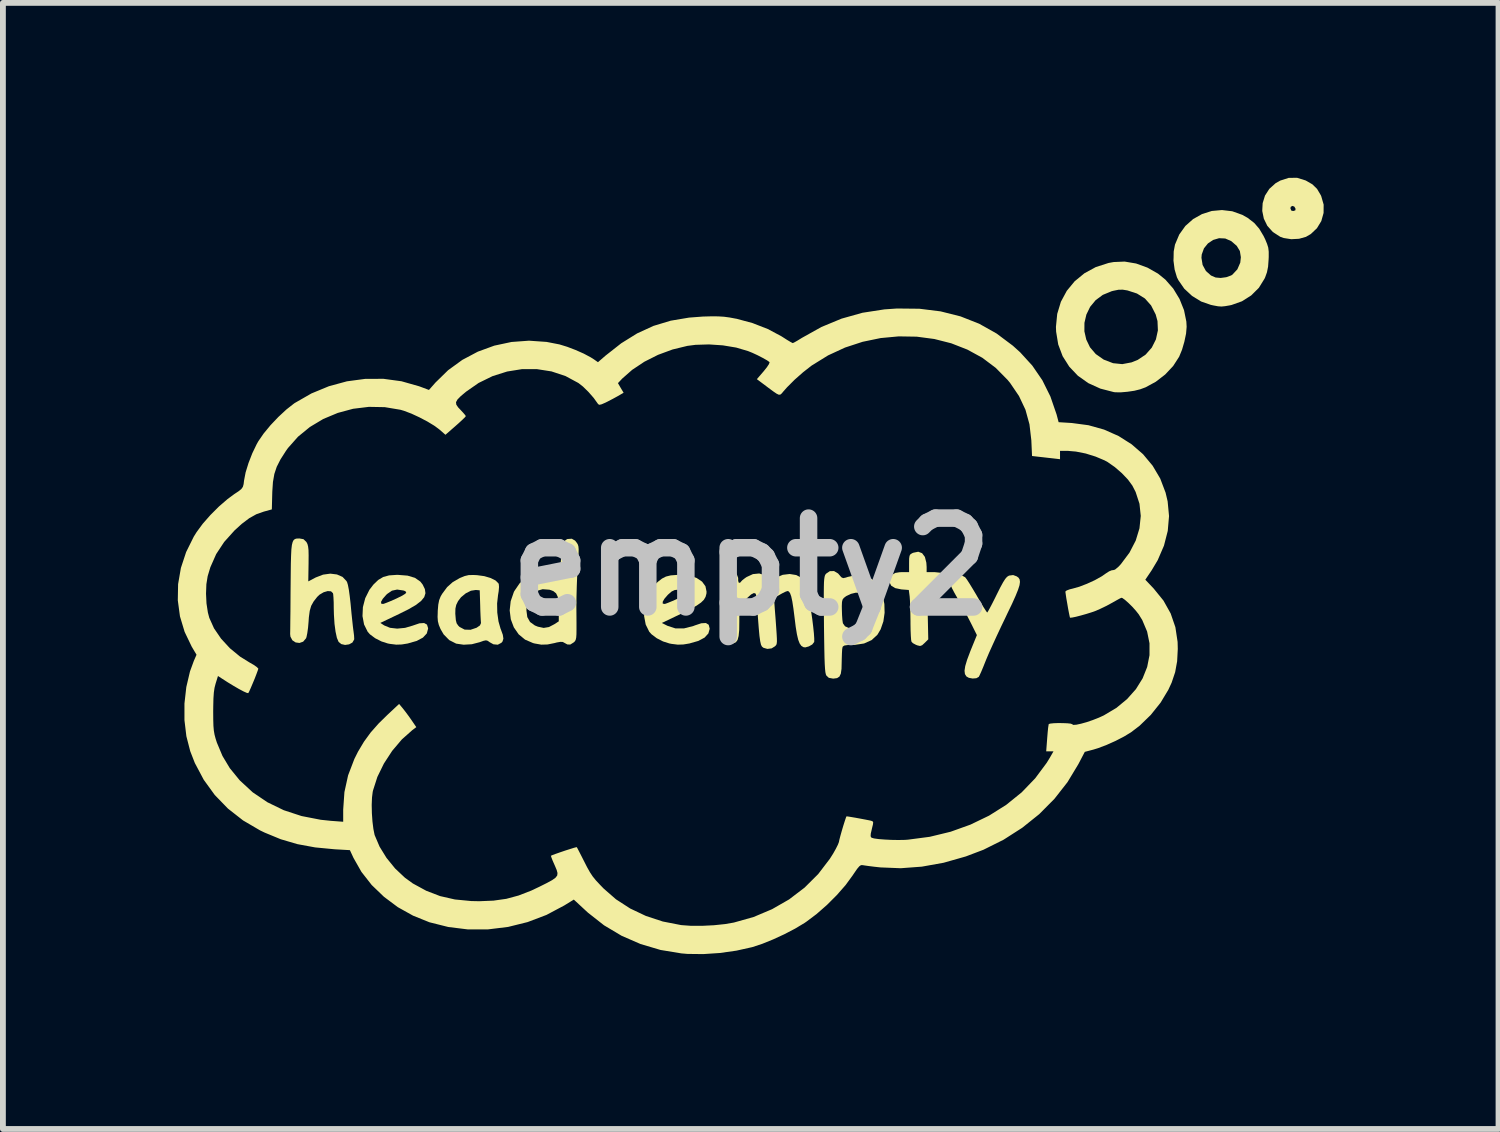
<source format=kicad_pcb>
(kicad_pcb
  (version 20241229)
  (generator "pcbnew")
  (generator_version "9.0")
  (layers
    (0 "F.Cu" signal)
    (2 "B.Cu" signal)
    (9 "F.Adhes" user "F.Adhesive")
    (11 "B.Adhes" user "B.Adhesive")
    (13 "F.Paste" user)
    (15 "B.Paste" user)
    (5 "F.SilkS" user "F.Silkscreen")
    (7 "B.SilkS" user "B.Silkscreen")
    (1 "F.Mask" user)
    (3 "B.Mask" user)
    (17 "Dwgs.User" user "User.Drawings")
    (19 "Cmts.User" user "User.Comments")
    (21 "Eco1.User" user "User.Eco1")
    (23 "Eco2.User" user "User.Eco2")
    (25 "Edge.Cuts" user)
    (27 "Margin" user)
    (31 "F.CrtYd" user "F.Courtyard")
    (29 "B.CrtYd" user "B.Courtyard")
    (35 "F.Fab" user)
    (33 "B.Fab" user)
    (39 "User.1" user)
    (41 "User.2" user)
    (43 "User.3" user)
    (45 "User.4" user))
  (footprint "empty2"
    (layer "F.Cu")
    (at 9.84 6.672)
    (property "Reference" "empty2" (at 0 0 0) (layer "Dwgs.User") (effects (font (size 1.524 1.524) (thickness 0.3))))
    (attr board_only exclude_from_pos_files exclude_from_bom)
    (fp_poly (pts (xy 9.505 -6.627) (xy 9.511 -6.624) (xy 9.622 -6.56) (xy 9.702 -6.482) (xy 9.766 -6.374) (xy 9.774 -6.356) (xy 9.815 -6.213) (xy 9.814 -6.069) (xy 9.775 -5.93) (xy 9.7 -5.807) (xy 9.594 -5.707) (xy 9.511 -5.659) (xy 9.393 -5.626) (xy 9.259 -5.619) (xy 9.131 -5.639) (xy 9.071 -5.66) (xy 8.944 -5.742) (xy 8.849 -5.848) (xy 8.789 -5.971) (xy 8.762 -6.103) (xy 8.764 -6.149) (xy 9.245 -6.149) (xy 9.26 -6.11) (xy 9.293 -6.102) (xy 9.33 -6.114) (xy 9.333 -6.142) (xy 9.311 -6.179) (xy 9.278 -6.19) (xy 9.251 -6.174) (xy 9.245 -6.149) (xy 8.764 -6.149) (xy 8.769 -6.237) (xy 8.809 -6.367) (xy 8.884 -6.483) (xy 8.992 -6.58) (xy 9.07 -6.624) (xy 9.216 -6.671) (xy 9.36 -6.672)) (stroke (width 0) (type solid)) (fill yes) (layer "F.SilkS"))
    (fp_poly (pts (xy 2.927 -0.233) (xy 2.975 -0.169) (xy 3 -0.07) (xy 3.005 0.003) (xy 3.005 0.092) (xy 3.143 0.092) (xy 3.257 0.104) (xy 3.332 0.14) (xy 3.37 0.201) (xy 3.374 0.243) (xy 3.355 0.317) (xy 3.298 0.367) (xy 3.203 0.39) (xy 3.148 0.393) (xy 3.014 0.393) (xy 3.024 0.819) (xy 3.033 1.245) (xy 2.974 1.304) (xy 2.928 1.346) (xy 2.892 1.359) (xy 2.845 1.348) (xy 2.82 1.338) (xy 2.77 1.311) (xy 2.746 1.287) (xy 2.739 1.255) (xy 2.734 1.186) (xy 2.73 1.089) (xy 2.728 0.973) (xy 2.728 0.933) (xy 2.726 0.805) (xy 2.723 0.684) (xy 2.719 0.582) (xy 2.714 0.512) (xy 2.713 0.503) (xy 2.699 0.398) (xy 2.57 0.388) (xy 2.465 0.366) (xy 2.397 0.324) (xy 2.368 0.265) (xy 2.38 0.195) (xy 2.422 0.133) (xy 2.465 0.106) (xy 2.538 0.094) (xy 2.581 0.092) (xy 2.704 0.092) (xy 2.704 -0.059) (xy 2.705 -0.141) (xy 2.712 -0.189) (xy 2.729 -0.216) (xy 2.762 -0.235) (xy 2.778 -0.241) (xy 2.861 -0.258)) (stroke (width 0) (type solid)) (fill yes) (layer "F.SilkS"))
    (fp_poly (pts (xy 8.248 -6.098) (xy 8.421 -6.036) (xy 8.514 -5.983) (xy 8.624 -5.898) (xy 8.71 -5.799) (xy 8.785 -5.673) (xy 8.812 -5.618) (xy 8.845 -5.538) (xy 8.865 -5.473) (xy 8.873 -5.404) (xy 8.873 -5.314) (xy 8.871 -5.271) (xy 8.862 -5.148) (xy 8.843 -5.052) (xy 8.811 -4.963) (xy 8.801 -4.942) (xy 8.704 -4.785) (xy 8.572 -4.654) (xy 8.414 -4.554) (xy 8.237 -4.491) (xy 8.205 -4.484) (xy 8.124 -4.47) (xy 8.063 -4.464) (xy 8.004 -4.468) (xy 7.928 -4.482) (xy 7.881 -4.492) (xy 7.714 -4.55) (xy 7.559 -4.645) (xy 7.425 -4.769) (xy 7.324 -4.915) (xy 7.299 -4.964) (xy 7.259 -5.098) (xy 7.239 -5.252) (xy 7.241 -5.3) (xy 7.719 -5.3) (xy 7.739 -5.177) (xy 7.796 -5.073) (xy 7.883 -4.996) (xy 7.962 -4.962) (xy 8.048 -4.954) (xy 8.145 -4.967) (xy 8.228 -4.997) (xy 8.249 -5.01) (xy 8.335 -5.102) (xy 8.385 -5.217) (xy 8.395 -5.31) (xy 8.378 -5.416) (xy 8.324 -5.505) (xy 8.23 -5.586) (xy 8.228 -5.587) (xy 8.127 -5.631) (xy 8.021 -5.636) (xy 7.919 -5.606) (xy 7.83 -5.546) (xy 7.762 -5.462) (xy 7.724 -5.357) (xy 7.719 -5.3) (xy 7.241 -5.3) (xy 7.243 -5.408) (xy 7.265 -5.526) (xy 7.338 -5.699) (xy 7.443 -5.846) (xy 7.576 -5.964) (xy 7.729 -6.05) (xy 7.896 -6.103) (xy 8.071 -6.119)) (stroke (width 0) (type solid)) (fill yes) (layer "F.SilkS"))
    (fp_poly (pts (xy -5.899 0.152) (xy -5.772 0.19) (xy -5.68 0.254) (xy -5.64 0.305) (xy -5.602 0.383) (xy -5.592 0.454) (xy -5.613 0.521) (xy -5.667 0.587) (xy -5.757 0.656) (xy -5.886 0.731) (xy -6.043 0.809) (xy -6.366 0.963) (xy -6.3 1.006) (xy -6.2 1.047) (xy -6.077 1.061) (xy -5.942 1.048) (xy -5.809 1.009) (xy -5.807 1.008) (xy -5.695 0.97) (xy -5.615 0.965) (xy -5.566 0.992) (xy -5.547 1.052) (xy -5.547 1.063) (xy -5.569 1.144) (xy -5.635 1.215) (xy -5.742 1.272) (xy -5.889 1.314) (xy -5.889 1.315) (xy -5.999 1.333) (xy -6.093 1.336) (xy -6.199 1.323) (xy -6.237 1.316) (xy -6.346 1.281) (xy -6.454 1.226) (xy -6.544 1.159) (xy -6.583 1.115) (xy -6.645 0.99) (xy -6.672 0.846) (xy -6.665 0.692) (xy -6.641 0.6) (xy -6.353 0.6) (xy -6.352 0.632) (xy -6.32 0.638) (xy -6.304 0.634) (xy -6.258 0.617) (xy -6.185 0.587) (xy -6.099 0.549) (xy -6.084 0.542) (xy -5.989 0.495) (xy -5.935 0.461) (xy -5.921 0.435) (xy -5.944 0.416) (xy -5.969 0.407) (xy -6.078 0.391) (xy -6.167 0.41) (xy -6.25 0.467) (xy -6.266 0.483) (xy -6.324 0.549) (xy -6.353 0.6) (xy -6.641 0.6) (xy -6.625 0.539) (xy -6.553 0.395) (xy -6.485 0.306) (xy -6.402 0.226) (xy -6.316 0.175) (xy -6.216 0.148) (xy -6.086 0.139) (xy -6.063 0.139)) (stroke (width 0) (type solid)) (fill yes) (layer "F.SilkS"))
    (fp_poly (pts (xy 4.549 0.164) (xy 4.581 0.187) (xy 4.6 0.217) (xy 4.606 0.259) (xy 4.598 0.317) (xy 4.573 0.395) (xy 4.531 0.499) (xy 4.471 0.633) (xy 4.39 0.801) (xy 4.359 0.867) (xy 4.283 1.025) (xy 4.208 1.185) (xy 4.138 1.338) (xy 4.077 1.473) (xy 4.031 1.581) (xy 4.016 1.618) (xy 3.976 1.718) (xy 3.94 1.804) (xy 3.912 1.865) (xy 3.899 1.889) (xy 3.857 1.912) (xy 3.794 1.917) (xy 3.729 1.905) (xy 3.688 1.882) (xy 3.662 1.841) (xy 3.655 1.784) (xy 3.667 1.704) (xy 3.699 1.596) (xy 3.752 1.455) (xy 3.759 1.437) (xy 3.867 1.172) (xy 3.768 0.973) (xy 3.71 0.86) (xy 3.64 0.729) (xy 3.571 0.604) (xy 3.547 0.562) (xy 3.482 0.448) (xy 3.439 0.366) (xy 3.415 0.309) (xy 3.409 0.268) (xy 3.419 0.237) (xy 3.442 0.208) (xy 3.453 0.197) (xy 3.525 0.15) (xy 3.598 0.143) (xy 3.664 0.179) (xy 3.67 0.185) (xy 3.697 0.221) (xy 3.741 0.289) (xy 3.796 0.379) (xy 3.858 0.483) (xy 3.872 0.508) (xy 3.931 0.609) (xy 3.981 0.693) (xy 4.02 0.753) (xy 4.041 0.783) (xy 4.044 0.785) (xy 4.058 0.765) (xy 4.088 0.711) (xy 4.131 0.629) (xy 4.182 0.528) (xy 4.206 0.479) (xy 4.268 0.355) (xy 4.316 0.267) (xy 4.353 0.209) (xy 4.384 0.173) (xy 4.414 0.154) (xy 4.422 0.151) (xy 4.489 0.142)) (stroke (width 0) (type solid)) (fill yes) (layer "F.SilkS"))
    (fp_poly (pts (xy -1.06 0.154) (xy -0.939 0.193) (xy -0.847 0.255) (xy -0.789 0.334) (xy -0.77 0.428) (xy -0.772 0.46) (xy -0.787 0.516) (xy -0.816 0.566) (xy -0.865 0.614) (xy -0.94 0.666) (xy -1.046 0.726) (xy -1.189 0.797) (xy -1.213 0.809) (xy -1.537 0.964) (xy -1.44 1.013) (xy -1.305 1.057) (xy -1.156 1.057) (xy -0.996 1.016) (xy -0.971 1.006) (xy -0.86 0.969) (xy -0.781 0.965) (xy -0.733 0.995) (xy -0.717 1.059) (xy -0.716 1.063) (xy -0.739 1.144) (xy -0.804 1.215) (xy -0.911 1.272) (xy -1.058 1.314) (xy -1.059 1.315) (xy -1.168 1.333) (xy -1.263 1.336) (xy -1.368 1.323) (xy -1.406 1.316) (xy -1.516 1.281) (xy -1.624 1.226) (xy -1.713 1.159) (xy -1.753 1.115) (xy -1.814 0.991) (xy -1.841 0.848) (xy -1.834 0.696) (xy -1.809 0.6) (xy -1.522 0.6) (xy -1.522 0.632) (xy -1.49 0.638) (xy -1.473 0.634) (xy -1.428 0.617) (xy -1.355 0.587) (xy -1.269 0.549) (xy -1.254 0.542) (xy -1.155 0.492) (xy -1.101 0.452) (xy -1.092 0.422) (xy -1.128 0.403) (xy -1.209 0.394) (xy -1.253 0.393) (xy -1.316 0.399) (xy -1.369 0.424) (xy -1.429 0.476) (xy -1.436 0.483) (xy -1.493 0.549) (xy -1.522 0.6) (xy -1.809 0.6) (xy -1.795 0.544) (xy -1.727 0.403) (xy -1.63 0.281) (xy -1.605 0.258) (xy -1.535 0.203) (xy -1.467 0.168) (xy -1.386 0.148) (xy -1.281 0.14) (xy -1.205 0.139)) (stroke (width 0) (type solid)) (fill yes) (layer "F.SilkS"))
    (fp_poly (pts (xy 6.598 -5.202) (xy 6.791 -5.132) (xy 6.973 -5.029) (xy 7.101 -4.925) (xy 7.235 -4.772) (xy 7.343 -4.594) (xy 7.42 -4.402) (xy 7.46 -4.206) (xy 7.465 -4.116) (xy 7.455 -3.999) (xy 7.426 -3.861) (xy 7.386 -3.723) (xy 7.337 -3.604) (xy 7.336 -3.602) (xy 7.234 -3.444) (xy 7.097 -3.298) (xy 6.935 -3.173) (xy 6.76 -3.078) (xy 6.668 -3.044) (xy 6.567 -3.019) (xy 6.451 -3.002) (xy 6.336 -2.992) (xy 6.242 -2.993) (xy 6.217 -2.996) (xy 5.985 -3.056) (xy 5.778 -3.15) (xy 5.599 -3.277) (xy 5.452 -3.432) (xy 5.338 -3.612) (xy 5.262 -3.814) (xy 5.226 -4.034) (xy 5.226 -4.039) (xy 5.711 -4.039) (xy 5.743 -3.898) (xy 5.807 -3.765) (xy 5.906 -3.649) (xy 6.039 -3.556) (xy 6.044 -3.553) (xy 6.203 -3.492) (xy 6.361 -3.476) (xy 6.52 -3.506) (xy 6.625 -3.548) (xy 6.761 -3.639) (xy 6.867 -3.759) (xy 6.938 -3.9) (xy 6.972 -4.055) (xy 6.965 -4.215) (xy 6.934 -4.328) (xy 6.855 -4.483) (xy 6.749 -4.602) (xy 6.613 -4.687) (xy 6.45 -4.74) (xy 6.369 -4.753) (xy 6.297 -4.752) (xy 6.213 -4.735) (xy 6.18 -4.727) (xy 6.027 -4.664) (xy 5.904 -4.573) (xy 5.809 -4.458) (xy 5.745 -4.326) (xy 5.712 -4.185) (xy 5.711 -4.039) (xy 5.226 -4.039) (xy 5.223 -4.114) (xy 5.245 -4.338) (xy 5.308 -4.546) (xy 5.409 -4.733) (xy 5.544 -4.897) (xy 5.711 -5.034) (xy 5.905 -5.14) (xy 6.125 -5.211) (xy 6.212 -5.227) (xy 6.402 -5.235)) (stroke (width 0) (type solid)) (fill yes) (layer "F.SilkS"))
    (fp_poly (pts (xy -4.706 0.144) (xy -4.582 0.161) (xy -4.474 0.193) (xy -4.39 0.235) (xy -4.34 0.284) (xy -4.334 0.299) (xy -4.33 0.346) (xy -4.336 0.419) (xy -4.347 0.486) (xy -4.363 0.63) (xy -4.36 0.787) (xy -4.339 0.938) (xy -4.303 1.065) (xy -4.299 1.073) (xy -4.265 1.167) (xy -4.255 1.233) (xy -4.27 1.282) (xy -4.289 1.304) (xy -4.351 1.337) (xy -4.426 1.33) (xy -4.489 1.295) (xy -4.524 1.27) (xy -4.554 1.262) (xy -4.595 1.27) (xy -4.662 1.294) (xy -4.666 1.295) (xy -4.797 1.329) (xy -4.937 1.337) (xy -5.062 1.319) (xy -5.066 1.318) (xy -5.184 1.258) (xy -5.28 1.16) (xy -5.333 1.069) (xy -5.363 0.997) (xy -5.379 0.933) (xy -5.384 0.86) (xy -5.382 0.804) (xy -5.08 0.804) (xy -5.078 0.829) (xy -5.071 0.915) (xy -5.057 0.97) (xy -5.03 1.009) (xy -5.007 1.032) (xy -4.92 1.078) (xy -4.819 1.081) (xy -4.715 1.046) (xy -4.657 1.006) (xy -4.639 0.965) (xy -4.64 0.959) (xy -4.643 0.918) (xy -4.647 0.842) (xy -4.651 0.743) (xy -4.653 0.659) (xy -4.661 0.404) (xy -4.729 0.398) (xy -4.812 0.411) (xy -4.901 0.456) (xy -4.982 0.523) (xy -5.033 0.59) (xy -5.064 0.654) (xy -5.078 0.718) (xy -5.08 0.804) (xy -5.382 0.804) (xy -5.381 0.759) (xy -5.381 0.755) (xy -5.372 0.649) (xy -5.357 0.573) (xy -5.332 0.51) (xy -5.306 0.465) (xy -5.22 0.349) (xy -5.125 0.264) (xy -5.004 0.194) (xy -4.995 0.19) (xy -4.919 0.159) (xy -4.851 0.143) (xy -4.77 0.141)) (stroke (width 0) (type solid)) (fill yes) (layer "F.SilkS"))
    (fp_poly (pts (xy -7.684 -0.473) (xy -7.636 -0.427) (xy -7.633 -0.423) (xy -7.616 -0.39) (xy -7.605 -0.347) (xy -7.598 -0.286) (xy -7.596 -0.198) (xy -7.597 -0.074) (xy -7.597 -0.055) (xy -7.602 0.251) (xy -7.473 0.183) (xy -7.348 0.135) (xy -7.224 0.118) (xy -7.11 0.132) (xy -7.014 0.174) (xy -6.947 0.245) (xy -6.936 0.265) (xy -6.922 0.312) (xy -6.906 0.395) (xy -6.891 0.504) (xy -6.877 0.626) (xy -6.873 0.667) (xy -6.861 0.796) (xy -6.848 0.919) (xy -6.837 1.022) (xy -6.828 1.094) (xy -6.826 1.107) (xy -6.817 1.178) (xy -6.814 1.234) (xy -6.815 1.248) (xy -6.845 1.3) (xy -6.902 1.331) (xy -6.971 1.341) (xy -7.037 1.326) (xy -7.082 1.288) (xy -7.111 1.22) (xy -7.134 1.114) (xy -7.152 0.979) (xy -7.162 0.823) (xy -7.165 0.713) (xy -7.166 0.612) (xy -7.17 0.527) (xy -7.175 0.468) (xy -7.179 0.453) (xy -7.212 0.421) (xy -7.269 0.417) (xy -7.338 0.437) (xy -7.408 0.478) (xy -7.449 0.517) (xy -7.51 0.595) (xy -7.552 0.67) (xy -7.577 0.756) (xy -7.592 0.868) (xy -7.597 0.942) (xy -7.606 1.046) (xy -7.619 1.139) (xy -7.633 1.207) (xy -7.641 1.228) (xy -7.69 1.285) (xy -7.753 1.307) (xy -7.819 1.298) (xy -7.875 1.261) (xy -7.908 1.199) (xy -7.913 1.153) (xy -7.912 1.111) (xy -7.911 1.029) (xy -7.91 0.913) (xy -7.908 0.77) (xy -7.907 0.606) (xy -7.906 0.427) (xy -7.905 0.335) (xy -7.903 0.119) (xy -7.901 -0.055) (xy -7.897 -0.193) (xy -7.892 -0.297) (xy -7.883 -0.373) (xy -7.87 -0.425) (xy -7.853 -0.458) (xy -7.83 -0.476) (xy -7.801 -0.484) (xy -7.764 -0.485) (xy -7.751 -0.485)) (stroke (width 0) (type solid)) (fill yes) (layer "F.SilkS"))
    (fp_poly (pts (xy -3.026 -0.449) (xy -2.992 -0.406) (xy -2.977 -0.379) (xy -2.968 -0.347) (xy -2.964 -0.301) (xy -2.965 -0.233) (xy -2.97 -0.135) (xy -2.98 0.001) (xy -2.98 0.006) (xy -2.989 0.151) (xy -2.996 0.326) (xy -3.001 0.514) (xy -3.003 0.697) (xy -3.002 0.807) (xy -3.001 0.962) (xy -3.001 1.077) (xy -3.002 1.159) (xy -3.006 1.214) (xy -3.014 1.25) (xy -3.025 1.273) (xy -3.04 1.29) (xy -3.05 1.298) (xy -3.107 1.334) (xy -3.157 1.333) (xy -3.203 1.308) (xy -3.236 1.29) (xy -3.277 1.288) (xy -3.341 1.299) (xy -3.374 1.308) (xy -3.498 1.333) (xy -3.605 1.336) (xy -3.719 1.316) (xy -3.746 1.309) (xy -3.883 1.25) (xy -3.994 1.158) (xy -4.076 1.039) (xy -4.128 0.901) (xy -4.147 0.749) (xy -4.147 0.749) (xy -3.86 0.749) (xy -3.845 0.863) (xy -3.798 0.947) (xy -3.715 1.007) (xy -3.663 1.028) (xy -3.564 1.049) (xy -3.474 1.034) (xy -3.38 0.985) (xy -3.305 0.936) (xy -3.305 0.727) (xy -3.309 0.602) (xy -3.323 0.514) (xy -3.351 0.456) (xy -3.398 0.418) (xy -3.463 0.394) (xy -3.581 0.385) (xy -3.705 0.42) (xy -3.743 0.438) (xy -3.799 0.493) (xy -3.838 0.583) (xy -3.858 0.7) (xy -3.86 0.749) (xy -4.147 0.749) (xy -4.13 0.591) (xy -4.076 0.434) (xy -4.067 0.416) (xy -3.976 0.283) (xy -3.858 0.185) (xy -3.72 0.124) (xy -3.568 0.101) (xy -3.41 0.121) (xy -3.325 0.149) (xy -3.307 0.151) (xy -3.294 0.135) (xy -3.285 0.093) (xy -3.277 0.018) (xy -3.272 -0.062) (xy -3.26 -0.214) (xy -3.245 -0.325) (xy -3.225 -0.401) (xy -3.198 -0.449) (xy -3.164 -0.473) (xy -3.154 -0.476) (xy -3.082 -0.481)) (stroke (width 0) (type solid)) (fill yes) (layer "F.SilkS"))
    (fp_poly (pts (xy 1.486 0.115) (xy 1.506 0.138) (xy 1.542 0.18) (xy 1.573 0.195) (xy 1.617 0.186) (xy 1.653 0.174) (xy 1.802 0.142) (xy 1.944 0.156) (xy 2.035 0.191) (xy 2.128 0.262) (xy 2.201 0.367) (xy 2.252 0.496) (xy 2.28 0.639) (xy 2.284 0.79) (xy 2.263 0.937) (xy 2.216 1.073) (xy 2.16 1.167) (xy 2.061 1.258) (xy 1.932 1.316) (xy 1.773 1.34) (xy 1.739 1.34) (xy 1.648 1.343) (xy 1.594 1.351) (xy 1.568 1.368) (xy 1.563 1.377) (xy 1.556 1.415) (xy 1.552 1.487) (xy 1.549 1.581) (xy 1.548 1.63) (xy 1.545 1.751) (xy 1.533 1.834) (xy 1.509 1.884) (xy 1.469 1.91) (xy 1.409 1.918) (xy 1.397 1.918) (xy 1.327 1.905) (xy 1.285 1.866) (xy 1.276 1.844) (xy 1.268 1.807) (xy 1.262 1.749) (xy 1.257 1.667) (xy 1.253 1.557) (xy 1.25 1.414) (xy 1.247 1.233) (xy 1.244 1.011) (xy 1.244 0.99) (xy 1.242 0.773) (xy 1.242 0.671) (xy 1.55 0.671) (xy 1.551 0.735) (xy 1.554 0.829) (xy 1.56 0.912) (xy 1.568 0.966) (xy 1.569 0.97) (xy 1.605 1.021) (xy 1.668 1.049) (xy 1.748 1.055) (xy 1.83 1.037) (xy 1.903 0.995) (xy 1.917 0.982) (xy 1.946 0.949) (xy 1.964 0.913) (xy 1.973 0.861) (xy 1.976 0.782) (xy 1.976 0.73) (xy 1.971 0.604) (xy 1.953 0.519) (xy 1.918 0.467) (xy 1.864 0.445) (xy 1.788 0.445) (xy 1.706 0.465) (xy 1.63 0.501) (xy 1.62 0.507) (xy 1.584 0.535) (xy 1.563 0.563) (xy 1.553 0.604) (xy 1.55 0.671) (xy 1.242 0.671) (xy 1.241 0.597) (xy 1.241 0.458) (xy 1.242 0.351) (xy 1.244 0.271) (xy 1.248 0.214) (xy 1.254 0.174) (xy 1.261 0.148) (xy 1.271 0.13) (xy 1.281 0.118) (xy 1.345 0.075) (xy 1.417 0.074)) (stroke (width 0) (type solid)) (fill yes) (layer "F.SilkS"))
    (fp_poly (pts (xy -0.302 0.077) (xy -0.253 0.124) (xy -0.228 0.192) (xy -0.228 0.237) (xy -0.22 0.27) (xy -0.197 0.276) (xy -0.181 0.257) (xy -0.159 0.233) (xy -0.111 0.195) (xy -0.083 0.176) (xy 0.025 0.126) (xy 0.133 0.115) (xy 0.232 0.146) (xy 0.274 0.174) (xy 0.343 0.232) (xy 0.42 0.187) (xy 0.537 0.138) (xy 0.656 0.124) (xy 0.768 0.142) (xy 0.863 0.191) (xy 0.928 0.266) (xy 0.943 0.31) (xy 0.961 0.39) (xy 0.981 0.497) (xy 1.003 0.623) (xy 1.023 0.76) (xy 1.043 0.897) (xy 1.059 1.027) (xy 1.071 1.141) (xy 1.077 1.229) (xy 1.077 1.284) (xy 1.075 1.292) (xy 1.043 1.333) (xy 0.985 1.366) (xy 0.924 1.383) (xy 0.892 1.379) (xy 0.856 1.357) (xy 0.827 1.316) (xy 0.802 1.252) (xy 0.78 1.158) (xy 0.759 1.029) (xy 0.741 0.883) (xy 0.72 0.718) (xy 0.701 0.594) (xy 0.682 0.507) (xy 0.662 0.452) (xy 0.64 0.423) (xy 0.619 0.416) (xy 0.586 0.427) (xy 0.529 0.455) (xy 0.49 0.477) (xy 0.387 0.537) (xy 0.401 0.731) (xy 0.415 0.91) (xy 0.425 1.049) (xy 0.432 1.153) (xy 0.436 1.228) (xy 0.437 1.279) (xy 0.434 1.312) (xy 0.429 1.333) (xy 0.42 1.347) (xy 0.408 1.36) (xy 0.404 1.364) (xy 0.346 1.4) (xy 0.273 1.409) (xy 0.206 1.39) (xy 0.18 1.369) (xy 0.164 1.338) (xy 0.15 1.277) (xy 0.137 1.183) (xy 0.125 1.051) (xy 0.117 0.948) (xy 0.107 0.816) (xy 0.099 0.696) (xy 0.091 0.599) (xy 0.087 0.532) (xy 0.085 0.51) (xy 0.073 0.462) (xy 0.043 0.45) (xy -0.006 0.475) (xy -0.077 0.539) (xy -0.092 0.554) (xy -0.208 0.673) (xy -0.208 0.944) (xy -0.21 1.085) (xy -0.22 1.187) (xy -0.238 1.255) (xy -0.267 1.295) (xy -0.311 1.314) (xy -0.356 1.317) (xy -0.401 1.315) (xy -0.436 1.305) (xy -0.462 1.281) (xy -0.481 1.238) (xy -0.495 1.171) (xy -0.504 1.073) (xy -0.511 0.941) (xy -0.517 0.768) (xy -0.517 0.763) (xy -0.521 0.572) (xy -0.522 0.422) (xy -0.518 0.307) (xy -0.508 0.221) (xy -0.492 0.16) (xy -0.469 0.116) (xy -0.438 0.086) (xy -0.429 0.08) (xy -0.364 0.06)) (stroke (width 0) (type solid)) (fill yes) (layer "F.SilkS"))
    (fp_poly (pts (xy 2.881 -4.426) (xy 3.244 -4.381) (xy 3.586 -4.295) (xy 3.906 -4.169) (xy 4.205 -4.001) (xy 4.484 -3.792) (xy 4.609 -3.679) (xy 4.818 -3.45) (xy 4.99 -3.199) (xy 5.128 -2.921) (xy 5.234 -2.613) (xy 5.244 -2.575) (xy 5.269 -2.48) (xy 5.495 -2.466) (xy 5.781 -2.428) (xy 6.049 -2.353) (xy 6.297 -2.243) (xy 6.521 -2.101) (xy 6.717 -1.931) (xy 6.882 -1.733) (xy 7.012 -1.513) (xy 7.104 -1.271) (xy 7.139 -1.122) (xy 7.163 -0.87) (xy 7.141 -0.615) (xy 7.076 -0.362) (xy 6.969 -0.114) (xy 6.866 0.059) (xy 6.756 0.222) (xy 6.9 0.374) (xy 7.068 0.581) (xy 7.191 0.801) (xy 7.272 1.037) (xy 7.31 1.289) (xy 7.313 1.41) (xy 7.302 1.621) (xy 7.268 1.808) (xy 7.208 1.987) (xy 7.15 2.112) (xy 7.018 2.331) (xy 6.85 2.541) (xy 6.658 2.727) (xy 6.51 2.84) (xy 6.391 2.912) (xy 6.246 2.987) (xy 6.092 3.056) (xy 5.947 3.111) (xy 5.866 3.136) (xy 5.718 3.175) (xy 5.607 3.387) (xy 5.421 3.695) (xy 5.197 3.981) (xy 4.937 4.243) (xy 4.645 4.477) (xy 4.325 4.682) (xy 3.98 4.854) (xy 3.677 4.969) (xy 3.297 5.077) (xy 2.923 5.144) (xy 2.56 5.171) (xy 2.213 5.157) (xy 2.212 5.157) (xy 2.103 5.145) (xy 2.007 5.133) (xy 1.937 5.123) (xy 1.906 5.118) (xy 1.879 5.118) (xy 1.85 5.138) (xy 1.812 5.183) (xy 1.759 5.26) (xy 1.734 5.297) (xy 1.615 5.46) (xy 1.465 5.631) (xy 1.295 5.801) (xy 1.117 5.957) (xy 0.94 6.09) (xy 0.909 6.111) (xy 0.749 6.207) (xy 0.565 6.303) (xy 0.372 6.392) (xy 0.185 6.468) (xy 0.018 6.523) (xy 0.007 6.526) (xy -0.258 6.585) (xy -0.541 6.625) (xy -0.826 6.644) (xy -1.096 6.641) (xy -1.202 6.632) (xy -1.56 6.573) (xy -1.903 6.471) (xy -2.227 6.33) (xy -2.529 6.15) (xy -2.805 5.933) (xy -2.842 5.899) (xy -3.047 5.709) (xy -3.211 5.81) (xy -3.516 5.972) (xy -3.84 6.095) (xy -4.175 6.178) (xy -4.518 6.22) (xy -4.862 6.221) (xy -5.201 6.179) (xy -5.524 6.098) (xy -5.804 5.985) (xy -6.066 5.839) (xy -6.304 5.661) (xy -6.514 5.459) (xy -6.69 5.234) (xy -6.827 4.993) (xy -6.831 4.984) (xy -6.888 4.861) (xy -7.15 4.846) (xy -7.484 4.814) (xy -7.788 4.758) (xy -8.074 4.674) (xy -8.35 4.56) (xy -8.429 4.522) (xy -8.721 4.351) (xy -8.98 4.148) (xy -9.206 3.915) (xy -9.395 3.654) (xy -9.548 3.366) (xy -9.627 3.163) (xy -9.693 2.907) (xy -9.726 2.631) (xy -9.726 2.346) (xy -9.694 2.063) (xy -9.631 1.795) (xy -9.566 1.617) (xy -9.519 1.509) (xy -9.601 1.371) (xy -9.723 1.117) (xy -9.803 0.851) (xy -9.84 0.576) (xy -9.838 0.461) (xy -9.356 0.461) (xy -9.348 0.629) (xy -9.324 0.785) (xy -9.3 0.876) (xy -9.219 1.056) (xy -9.098 1.233) (xy -8.947 1.397) (xy -8.772 1.541) (xy -8.611 1.641) (xy -8.538 1.683) (xy -8.484 1.721) (xy -8.46 1.746) (xy -8.459 1.749) (xy -8.468 1.778) (xy -8.49 1.838) (xy -8.52 1.916) (xy -8.555 2) (xy -8.588 2.078) (xy -8.615 2.138) (xy -8.631 2.167) (xy -8.631 2.168) (xy -8.657 2.163) (xy -8.713 2.138) (xy -8.792 2.096) (xy -8.885 2.042) (xy -8.985 1.981) (xy -8.996 1.974) (xy -9.151 1.874) (xy -9.192 2.006) (xy -9.21 2.076) (xy -9.222 2.158) (xy -9.229 2.262) (xy -9.232 2.397) (xy -9.233 2.485) (xy -9.232 2.624) (xy -9.229 2.729) (xy -9.222 2.81) (xy -9.21 2.879) (xy -9.192 2.947) (xy -9.17 3.016) (xy -9.074 3.245) (xy -8.948 3.455) (xy -8.783 3.657) (xy -8.774 3.667) (xy -8.554 3.87) (xy -8.302 4.04) (xy -8.022 4.176) (xy -7.717 4.276) (xy -7.388 4.34) (xy -7.217 4.358) (xy -7.003 4.374) (xy -7.003 4.165) (xy -6.982 3.865) (xy -6.919 3.578) (xy -6.812 3.298) (xy -6.749 3.172) (xy -6.647 3.001) (xy -6.532 2.843) (xy -6.394 2.687) (xy -6.247 2.543) (xy -6.044 2.353) (xy -5.983 2.426) (xy -5.936 2.486) (xy -5.878 2.564) (xy -5.835 2.625) (xy -5.749 2.751) (xy -5.816 2.801) (xy -5.997 2.962) (xy -6.163 3.158) (xy -6.305 3.376) (xy -6.417 3.605) (xy -6.491 3.836) (xy -6.497 3.862) (xy -6.509 3.959) (xy -6.514 4.085) (xy -6.511 4.227) (xy -6.501 4.37) (xy -6.485 4.498) (xy -6.465 4.597) (xy -6.462 4.606) (xy -6.379 4.801) (xy -6.26 4.994) (xy -6.112 5.176) (xy -5.944 5.334) (xy -5.809 5.432) (xy -5.578 5.558) (xy -5.341 5.649) (xy -5.087 5.707) (xy -4.808 5.734) (xy -4.669 5.737) (xy -4.425 5.727) (xy -4.205 5.696) (xy -3.994 5.639) (xy -3.775 5.554) (xy -3.638 5.489) (xy -3.51 5.425) (xy -3.42 5.376) (xy -3.362 5.335) (xy -3.332 5.296) (xy -3.327 5.253) (xy -3.341 5.201) (xy -3.37 5.132) (xy -3.375 5.121) (xy -3.409 5.044) (xy -3.431 4.987) (xy -3.44 4.958) (xy -3.439 4.957) (xy -3.413 4.945) (xy -3.356 4.924) (xy -3.279 4.897) (xy -3.194 4.868) (xy -3.112 4.842) (xy -3.045 4.821) (xy -3.003 4.81) (xy -2.996 4.81) (xy -2.983 4.833) (xy -2.954 4.889) (xy -2.914 4.967) (xy -2.878 5.038) (xy -2.819 5.154) (xy -2.77 5.241) (xy -2.723 5.312) (xy -2.668 5.38) (xy -2.595 5.458) (xy -2.535 5.52) (xy -2.324 5.704) (xy -2.08 5.862) (xy -1.81 5.99) (xy -1.521 6.085) (xy -1.219 6.144) (xy -1.202 6.147) (xy -1.036 6.159) (xy -0.844 6.159) (xy -0.643 6.149) (xy -0.452 6.129) (xy -0.302 6.103) (xy 0.036 6.008) (xy 0.353 5.874) (xy 0.646 5.706) (xy 0.911 5.504) (xy 1.145 5.271) (xy 1.345 5.009) (xy 1.402 4.919) (xy 1.448 4.837) (xy 1.483 4.767) (xy 1.501 4.72) (xy 1.502 4.712) (xy 1.509 4.679) (xy 1.526 4.614) (xy 1.549 4.532) (xy 1.575 4.444) (xy 1.6 4.365) (xy 1.62 4.305) (xy 1.629 4.282) (xy 1.652 4.283) (xy 1.707 4.292) (xy 1.784 4.305) (xy 1.871 4.321) (xy 1.956 4.337) (xy 2.027 4.351) (xy 2.049 4.356) (xy 2.076 4.365) (xy 2.088 4.382) (xy 2.084 4.42) (xy 2.067 4.489) (xy 2.065 4.499) (xy 2.047 4.577) (xy 2.044 4.623) (xy 2.057 4.645) (xy 2.059 4.647) (xy 2.102 4.66) (xy 2.181 4.671) (xy 2.284 4.679) (xy 2.401 4.685) (xy 2.521 4.687) (xy 2.633 4.685) (xy 2.686 4.681) (xy 3.059 4.632) (xy 3.417 4.545) (xy 3.757 4.423) (xy 4.076 4.269) (xy 4.37 4.084) (xy 4.635 3.87) (xy 4.867 3.629) (xy 5.064 3.364) (xy 5.118 3.276) (xy 5.181 3.166) (xy 5.056 3.166) (xy 5.073 2.941) (xy 5.081 2.843) (xy 5.089 2.763) (xy 5.097 2.711) (xy 5.1 2.698) (xy 5.126 2.69) (xy 5.184 2.684) (xy 5.261 2.681) (xy 5.344 2.682) (xy 5.42 2.685) (xy 5.476 2.691) (xy 5.5 2.7) (xy 5.501 2.701) (xy 5.521 2.713) (xy 5.575 2.709) (xy 5.654 2.692) (xy 5.751 2.665) (xy 5.856 2.629) (xy 5.96 2.588) (xy 6.043 2.55) (xy 6.26 2.421) (xy 6.444 2.269) (xy 6.595 2.099) (xy 6.71 1.914) (xy 6.788 1.719) (xy 6.828 1.517) (xy 6.828 1.313) (xy 6.787 1.111) (xy 6.704 0.915) (xy 6.643 0.816) (xy 6.594 0.754) (xy 6.532 0.685) (xy 6.466 0.62) (xy 6.406 0.567) (xy 6.362 0.536) (xy 6.347 0.532) (xy 6.323 0.542) (xy 6.27 0.571) (xy 6.199 0.611) (xy 6.192 0.615) (xy 6.093 0.669) (xy 5.983 0.722) (xy 5.908 0.755) (xy 5.832 0.782) (xy 5.742 0.81) (xy 5.65 0.836) (xy 5.565 0.858) (xy 5.501 0.871) (xy 5.467 0.874) (xy 5.464 0.873) (xy 5.458 0.849) (xy 5.446 0.791) (xy 5.431 0.713) (xy 5.416 0.625) (xy 5.401 0.54) (xy 5.391 0.471) (xy 5.385 0.429) (xy 5.385 0.425) (xy 5.406 0.407) (xy 5.459 0.387) (xy 5.512 0.374) (xy 5.625 0.342) (xy 5.757 0.291) (xy 5.89 0.23) (xy 6.008 0.164) (xy 6.077 0.116) (xy 6.136 0.078) (xy 6.184 0.059) (xy 6.2 0.059) (xy 6.236 0.049) (xy 6.292 0.003) (xy 6.336 -0.044) (xy 6.485 -0.243) (xy 6.592 -0.45) (xy 6.656 -0.66) (xy 6.678 -0.872) (xy 6.656 -1.081) (xy 6.59 -1.283) (xy 6.534 -1.392) (xy 6.458 -1.496) (xy 6.353 -1.606) (xy 6.233 -1.71) (xy 6.11 -1.796) (xy 6.057 -1.825) (xy 5.903 -1.89) (xy 5.733 -1.943) (xy 5.566 -1.976) (xy 5.428 -1.988) (xy 5.293 -1.988) (xy 5.293 -1.845) (xy 5.183 -1.858) (xy 5.093 -1.868) (xy 4.989 -1.88) (xy 4.943 -1.885) (xy 4.813 -1.9) (xy 4.801 -2.169) (xy 4.769 -2.443) (xy 4.7 -2.694) (xy 4.589 -2.929) (xy 4.436 -3.154) (xy 4.394 -3.205) (xy 4.191 -3.411) (xy 3.96 -3.585) (xy 3.704 -3.725) (xy 3.428 -3.833) (xy 3.137 -3.907) (xy 2.835 -3.947) (xy 2.526 -3.952) (xy 2.216 -3.923) (xy 1.907 -3.859) (xy 1.605 -3.76) (xy 1.315 -3.626) (xy 1.04 -3.456) (xy 1.028 -3.448) (xy 0.885 -3.336) (xy 0.741 -3.209) (xy 0.612 -3.08) (xy 0.549 -3.009) (xy 0.52 -2.974) (xy 0.497 -2.954) (xy 0.47 -2.951) (xy 0.433 -2.968) (xy 0.377 -3.006) (xy 0.293 -3.068) (xy 0.26 -3.093) (xy 0.093 -3.218) (xy 0.211 -3.355) (xy 0.266 -3.424) (xy 0.301 -3.478) (xy 0.311 -3.509) (xy 0.31 -3.511) (xy 0.266 -3.542) (xy 0.193 -3.583) (xy 0.104 -3.629) (xy 0.013 -3.671) (xy -0.059 -3.7) (xy -0.262 -3.76) (xy -0.491 -3.798) (xy -0.728 -3.814) (xy -0.959 -3.807) (xy -1.099 -3.789) (xy -1.354 -3.727) (xy -1.603 -3.635) (xy -1.837 -3.517) (xy -2.046 -3.378) (xy -2.22 -3.225) (xy -2.226 -3.218) (xy -2.29 -3.15) (xy -2.242 -3.067) (xy -2.193 -2.985) (xy -2.293 -2.927) (xy -2.377 -2.881) (xy -2.471 -2.832) (xy -2.503 -2.816) (xy -2.57 -2.787) (xy -2.608 -2.778) (xy -2.629 -2.789) (xy -2.635 -2.797) (xy -2.706 -2.896) (xy -2.796 -2.999) (xy -2.89 -3.091) (xy -2.968 -3.152) (xy -3.191 -3.272) (xy -3.43 -3.351) (xy -3.68 -3.39) (xy -3.936 -3.39) (xy -4.191 -3.349) (xy -4.441 -3.27) (xy -4.68 -3.153) (xy -4.894 -3.004) (xy -4.986 -2.927) (xy -5.043 -2.869) (xy -5.068 -2.823) (xy -5.063 -2.781) (xy -5.031 -2.734) (xy -4.994 -2.695) (xy -4.944 -2.641) (xy -4.909 -2.6) (xy -4.9 -2.583) (xy -4.916 -2.563) (xy -4.96 -2.52) (xy -5.024 -2.461) (xy -5.075 -2.416) (xy -5.249 -2.264) (xy -5.352 -2.354) (xy -5.441 -2.42) (xy -5.56 -2.492) (xy -5.695 -2.563) (xy -5.833 -2.627) (xy -5.96 -2.675) (xy -6.021 -2.693) (xy -6.29 -2.738) (xy -6.562 -2.743) (xy -6.833 -2.71) (xy -7.096 -2.639) (xy -7.345 -2.535) (xy -7.574 -2.398) (xy -7.778 -2.231) (xy -7.951 -2.036) (xy -7.987 -1.985) (xy -8.079 -1.841) (xy -8.143 -1.715) (xy -8.184 -1.592) (xy -8.208 -1.455) (xy -8.219 -1.29) (xy -8.22 -1.26) (xy -8.227 -0.984) (xy -8.365 -0.946) (xy -8.493 -0.901) (xy -8.616 -0.832) (xy -8.744 -0.735) (xy -8.868 -0.622) (xy -9.045 -0.425) (xy -9.182 -0.217) (xy -9.282 0.009) (xy -9.328 0.162) (xy -9.35 0.299) (xy -9.356 0.461) (xy -9.838 0.461) (xy -9.835 0.298) (xy -9.787 0.02) (xy -9.697 -0.253) (xy -9.566 -0.517) (xy -9.518 -0.594) (xy -9.413 -0.737) (xy -9.281 -0.887) (xy -9.135 -1.033) (xy -8.987 -1.161) (xy -8.872 -1.246) (xy -8.795 -1.297) (xy -8.749 -1.335) (xy -8.724 -1.371) (xy -8.711 -1.418) (xy -8.704 -1.477) (xy -8.677 -1.618) (xy -8.627 -1.78) (xy -8.562 -1.947) (xy -8.487 -2.103) (xy -8.458 -2.154) (xy -8.368 -2.285) (xy -8.249 -2.429) (xy -8.115 -2.57) (xy -7.977 -2.698) (xy -7.847 -2.8) (xy -7.832 -2.81) (xy -7.548 -2.973) (xy -7.248 -3.097) (xy -6.939 -3.181) (xy -6.625 -3.223) (xy -6.312 -3.224) (xy -6.003 -3.182) (xy -5.704 -3.097) (xy -5.681 -3.089) (xy -5.532 -3.033) (xy -5.42 -3.16) (xy -5.203 -3.372) (xy -4.959 -3.549) (xy -4.693 -3.69) (xy -4.411 -3.793) (xy -4.116 -3.856) (xy -3.816 -3.878) (xy -3.514 -3.857) (xy -3.293 -3.814) (xy -3.16 -3.773) (xy -3.016 -3.718) (xy -2.876 -3.656) (xy -2.758 -3.593) (xy -2.701 -3.557) (xy -2.633 -3.509) (xy -2.504 -3.621) (xy -2.233 -3.834) (xy -1.961 -4.003) (xy -1.68 -4.132) (xy -1.385 -4.221) (xy -1.07 -4.274) (xy -0.832 -4.292) (xy -0.685 -4.296) (xy -0.569 -4.295) (xy -0.471 -4.289) (xy -0.375 -4.276) (xy -0.268 -4.256) (xy -0.255 -4.254) (xy 0.019 -4.18) (xy 0.281 -4.078) (xy 0.515 -3.953) (xy 0.537 -3.939) (xy 0.612 -3.891) (xy 0.671 -3.856) (xy 0.705 -3.838) (xy 0.709 -3.837) (xy 0.734 -3.848) (xy 0.787 -3.878) (xy 0.857 -3.921) (xy 0.865 -3.926) (xy 1.2 -4.113) (xy 1.545 -4.256) (xy 1.904 -4.357) (xy 2.28 -4.415) (xy 2.496 -4.43)) (stroke (width 0) (type solid)) (fill yes) (layer "F.SilkS")))
  (gr_rect
    (start -3 -3)
    (end 22.655 16.316)
    (stroke (width 0.1) (type default))
    (fill no)
    (layer "Edge.Cuts")))
</source>
